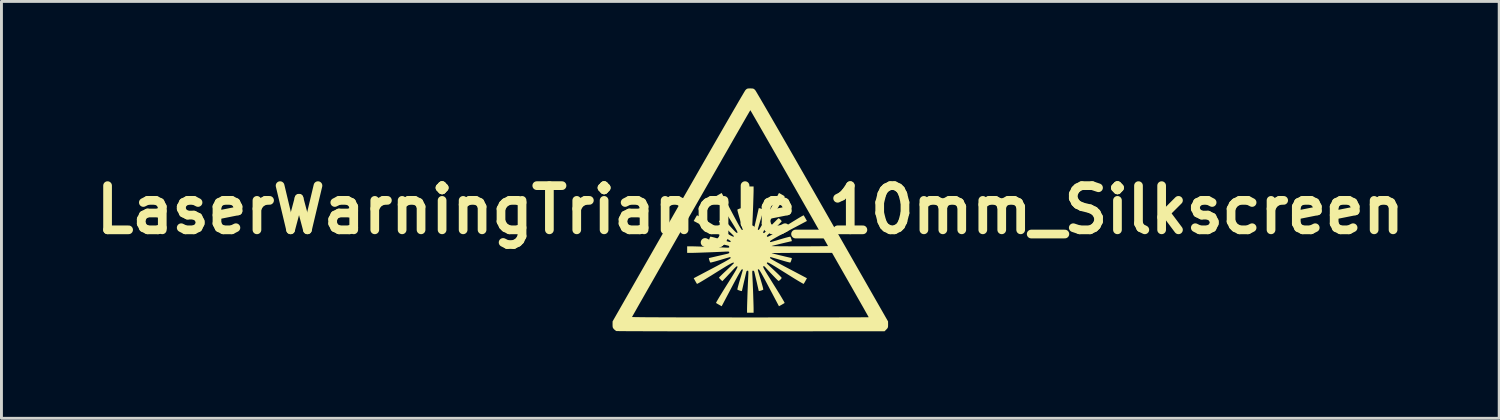
<source format=kicad_pcb>
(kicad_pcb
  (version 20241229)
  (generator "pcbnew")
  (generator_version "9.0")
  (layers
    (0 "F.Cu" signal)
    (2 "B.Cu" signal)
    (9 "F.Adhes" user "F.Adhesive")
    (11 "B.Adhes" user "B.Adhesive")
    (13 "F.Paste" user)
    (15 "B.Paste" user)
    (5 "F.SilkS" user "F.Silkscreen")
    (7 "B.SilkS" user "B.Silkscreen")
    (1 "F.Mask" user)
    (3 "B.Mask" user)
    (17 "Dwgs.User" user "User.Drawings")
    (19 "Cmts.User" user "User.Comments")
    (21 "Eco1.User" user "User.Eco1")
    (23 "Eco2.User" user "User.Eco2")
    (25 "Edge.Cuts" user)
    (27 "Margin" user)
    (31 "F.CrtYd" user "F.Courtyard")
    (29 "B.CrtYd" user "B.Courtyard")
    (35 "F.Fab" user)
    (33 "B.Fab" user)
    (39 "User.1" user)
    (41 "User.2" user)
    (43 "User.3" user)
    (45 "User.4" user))
  (footprint "LaserWarningTriangle_10mm_Silkscreen"
    (layer "F.Cu")
    (at 22.831 4.188)
    (property "Reference" "LaserWarningTriangle_10mm_Silkscreen" (at 0 0 0) (layer "F.SilkS") (effects (font (size 1.524 1.524) (thickness 0.3))))
    (attr exclude_from_pos_files exclude_from_bom)
    (fp_poly (pts (xy 0.06 -4.187) (xy 0.099 -4.181) (xy 0.128 -4.167) (xy 0.156 -4.142) (xy 0.167 -4.131) (xy 0.18 -4.112) (xy 0.208 -4.067) (xy 0.25 -3.995) (xy 0.307 -3.899) (xy 0.378 -3.778) (xy 0.461 -3.636) (xy 0.557 -3.471) (xy 0.664 -3.286) (xy 0.782 -3.082) (xy 0.911 -2.859) (xy 1.049 -2.619) (xy 1.197 -2.363) (xy 1.353 -2.091) (xy 1.517 -1.806) (xy 1.688 -1.507) (xy 1.866 -1.197) (xy 2.05 -0.875) (xy 2.24 -0.544) (xy 2.434 -0.204) (xy 2.486 -0.113) (xy 4.751 3.849) (xy 4.752 3.957) (xy 4.751 4.017) (xy 4.745 4.055) (xy 4.73 4.085) (xy 4.702 4.116) (xy 4.692 4.127) (xy 4.631 4.188) (xy 0.02 4.191) (xy -0.364 4.191) (xy -0.74 4.191) (xy -1.106 4.191) (xy -1.461 4.191) (xy -1.805 4.191) (xy -2.134 4.191) (xy -2.45 4.19) (xy -2.749 4.19) (xy -3.031 4.189) (xy -3.294 4.189) (xy -3.537 4.188) (xy -3.76 4.187) (xy -3.96 4.187) (xy -4.136 4.186) (xy -4.287 4.185) (xy -4.412 4.184) (xy -4.509 4.183) (xy -4.577 4.182) (xy -4.615 4.181) (xy -4.623 4.18) (xy -4.655 4.16) (xy -4.693 4.127) (xy -4.704 4.116) (xy -4.73 4.085) (xy -4.745 4.055) (xy -4.751 4.014) (xy -4.752 3.957) (xy -4.751 3.849) (xy -4.664 3.696) (xy -4.08 3.696) (xy -4.065 3.698) (xy -4.017 3.699) (xy -3.939 3.701) (xy -3.83 3.702) (xy -3.691 3.704) (xy -3.522 3.705) (xy -3.324 3.706) (xy -3.097 3.707) (xy -2.843 3.708) (xy -2.561 3.709) (xy -2.252 3.71) (xy -1.916 3.71) (xy -1.554 3.711) (xy -1.168 3.711) (xy -0.756 3.711) (xy -0.32 3.712) (xy -0.001 3.712) (xy 0.359 3.712) (xy 0.712 3.711) (xy 1.054 3.711) (xy 1.385 3.711) (xy 1.704 3.711) (xy 2.008 3.711) (xy 2.297 3.71) (xy 2.57 3.71) (xy 2.824 3.709) (xy 3.059 3.709) (xy 3.274 3.708) (xy 3.466 3.708) (xy 3.635 3.707) (xy 3.779 3.707) (xy 3.896 3.706) (xy 3.987 3.705) (xy 4.048 3.705) (xy 4.079 3.704) (xy 4.083 3.703) (xy 4.075 3.689) (xy 4.052 3.648) (xy 4.016 3.583) (xy 3.967 3.497) (xy 3.908 3.391) (xy 3.838 3.268) (xy 3.759 3.13) (xy 3.673 2.979) (xy 3.58 2.816) (xy 3.483 2.645) (xy 3.451 2.59) (xy 2.82 1.485) (xy 1.77 1.485) (xy 1.59 1.485) (xy 1.419 1.485) (xy 1.262 1.486) (xy 1.119 1.487) (xy 0.995 1.488) (xy 0.892 1.489) (xy 0.811 1.49) (xy 0.757 1.492) (xy 0.732 1.493) (xy 0.73 1.494) (xy 0.746 1.499) (xy 0.789 1.51) (xy 0.852 1.526) (xy 0.929 1.545) (xy 1.017 1.567) (xy 1.107 1.588) (xy 1.197 1.61) (xy 1.279 1.629) (xy 1.348 1.645) (xy 1.399 1.656) (xy 1.426 1.662) (xy 1.429 1.662) (xy 1.43 1.675) (xy 1.423 1.708) (xy 1.411 1.749) (xy 1.396 1.787) (xy 1.383 1.813) (xy 1.379 1.818) (xy 1.358 1.816) (xy 1.312 1.805) (xy 1.244 1.788) (xy 1.16 1.764) (xy 1.065 1.736) (xy 1.036 1.728) (xy 0.938 1.698) (xy 0.851 1.673) (xy 0.779 1.652) (xy 0.726 1.637) (xy 0.698 1.63) (xy 0.695 1.63) (xy 0.681 1.643) (xy 0.678 1.658) (xy 0.687 1.67) (xy 0.714 1.69) (xy 0.761 1.72) (xy 0.829 1.76) (xy 0.92 1.811) (xy 1.036 1.874) (xy 1.177 1.95) (xy 1.316 2.023) (xy 1.953 2.359) (xy 1.902 2.45) (xy 1.874 2.5) (xy 1.851 2.537) (xy 1.84 2.554) (xy 1.824 2.549) (xy 1.784 2.527) (xy 1.723 2.492) (xy 1.642 2.444) (xy 1.546 2.386) (xy 1.436 2.318) (xy 1.316 2.243) (xy 1.217 2.181) (xy 1.069 2.089) (xy 0.947 2.012) (xy 0.847 1.95) (xy 0.767 1.902) (xy 0.705 1.865) (xy 0.658 1.84) (xy 0.625 1.824) (xy 0.602 1.816) (xy 0.588 1.815) (xy 0.581 1.818) (xy 0.568 1.836) (xy 0.576 1.855) (xy 0.598 1.877) (xy 0.622 1.9) (xy 0.665 1.941) (xy 0.723 1.995) (xy 0.791 2.058) (xy 0.859 2.122) (xy 0.929 2.188) (xy 0.99 2.247) (xy 1.038 2.296) (xy 1.07 2.33) (xy 1.081 2.347) (xy 1.081 2.347) (xy 1.07 2.371) (xy 1.042 2.403) (xy 1.009 2.433) (xy 0.981 2.451) (xy 0.974 2.453) (xy 0.959 2.442) (xy 0.925 2.411) (xy 0.878 2.364) (xy 0.82 2.304) (xy 0.755 2.237) (xy 0.687 2.166) (xy 0.62 2.094) (xy 0.557 2.026) (xy 0.521 1.985) (xy 0.489 1.952) (xy 0.467 1.941) (xy 0.448 1.949) (xy 0.447 1.95) (xy 0.443 1.958) (xy 0.445 1.972) (xy 0.454 1.995) (xy 0.47 2.03) (xy 0.497 2.078) (xy 0.535 2.142) (xy 0.584 2.224) (xy 0.648 2.326) (xy 0.726 2.452) (xy 0.809 2.585) (xy 0.889 2.712) (xy 0.962 2.831) (xy 1.028 2.938) (xy 1.084 3.032) (xy 1.129 3.109) (xy 1.162 3.166) (xy 1.18 3.202) (xy 1.183 3.212) (xy 1.163 3.226) (xy 1.123 3.249) (xy 1.079 3.275) (xy 0.988 3.325) (xy 0.651 2.688) (xy 0.564 2.523) (xy 0.491 2.386) (xy 0.43 2.275) (xy 0.381 2.188) (xy 0.343 2.123) (xy 0.315 2.08) (xy 0.296 2.056) (xy 0.286 2.05) (xy 0.263 2.058) (xy 0.258 2.067) (xy 0.263 2.087) (xy 0.275 2.134) (xy 0.295 2.201) (xy 0.319 2.284) (xy 0.348 2.379) (xy 0.356 2.407) (xy 0.385 2.505) (xy 0.41 2.592) (xy 0.43 2.665) (xy 0.442 2.718) (xy 0.447 2.747) (xy 0.447 2.75) (xy 0.431 2.761) (xy 0.397 2.776) (xy 0.355 2.789) (xy 0.318 2.798) (xy 0.294 2.8) (xy 0.29 2.798) (xy 0.287 2.781) (xy 0.277 2.737) (xy 0.262 2.672) (xy 0.243 2.59) (xy 0.222 2.496) (xy 0.218 2.481) (xy 0.195 2.383) (xy 0.174 2.294) (xy 0.157 2.22) (xy 0.144 2.165) (xy 0.137 2.135) (xy 0.137 2.134) (xy 0.117 2.104) (xy 0.096 2.098) (xy 0.082 2.099) (xy 0.073 2.107) (xy 0.068 2.127) (xy 0.067 2.165) (xy 0.069 2.225) (xy 0.072 2.287) (xy 0.077 2.396) (xy 0.083 2.519) (xy 0.088 2.652) (xy 0.094 2.79) (xy 0.099 2.927) (xy 0.103 3.059) (xy 0.107 3.179) (xy 0.11 3.283) (xy 0.112 3.366) (xy 0.113 3.422) (xy 0.113 3.55) (xy -0.113 3.55) (xy -0.113 3.423) (xy -0.112 3.368) (xy -0.11 3.286) (xy -0.107 3.183) (xy -0.103 3.063) (xy -0.099 2.932) (xy -0.094 2.794) (xy -0.088 2.656) (xy -0.083 2.523) (xy -0.077 2.399) (xy -0.072 2.291) (xy -0.072 2.287) (xy -0.068 2.207) (xy -0.067 2.153) (xy -0.069 2.121) (xy -0.075 2.104) (xy -0.085 2.099) (xy -0.096 2.098) (xy -0.126 2.112) (xy -0.137 2.134) (xy -0.153 2.203) (xy -0.172 2.286) (xy -0.193 2.376) (xy -0.215 2.47) (xy -0.236 2.561) (xy -0.255 2.645) (xy -0.271 2.715) (xy -0.283 2.767) (xy -0.29 2.796) (xy -0.29 2.8) (xy -0.304 2.802) (xy -0.336 2.795) (xy -0.377 2.782) (xy -0.416 2.768) (xy -0.442 2.755) (xy -0.447 2.75) (xy -0.445 2.729) (xy -0.434 2.682) (xy -0.416 2.614) (xy -0.393 2.53) (xy -0.365 2.435) (xy -0.356 2.407) (xy -0.327 2.31) (xy -0.301 2.223) (xy -0.28 2.15) (xy -0.265 2.098) (xy -0.259 2.07) (xy -0.258 2.067) (xy -0.271 2.052) (xy -0.286 2.05) (xy -0.298 2.058) (xy -0.319 2.085) (xy -0.348 2.132) (xy -0.388 2.201) (xy -0.439 2.292) (xy -0.502 2.407) (xy -0.578 2.549) (xy -0.651 2.687) (xy -0.988 3.325) (xy -1.079 3.274) (xy -1.128 3.246) (xy -1.166 3.223) (xy -1.183 3.211) (xy -1.177 3.196) (xy -1.156 3.156) (xy -1.12 3.094) (xy -1.073 3.014) (xy -1.014 2.917) (xy -0.947 2.807) (xy -0.872 2.687) (xy -0.81 2.588) (xy -0.717 2.441) (xy -0.64 2.318) (xy -0.578 2.217) (xy -0.529 2.137) (xy -0.493 2.075) (xy -0.468 2.028) (xy -0.452 1.995) (xy -0.444 1.973) (xy -0.443 1.959) (xy -0.446 1.953) (xy -0.457 1.947) (xy -0.474 1.951) (xy -0.499 1.97) (xy -0.536 2.006) (xy -0.59 2.062) (xy -0.617 2.091) (xy -0.683 2.162) (xy -0.753 2.236) (xy -0.817 2.305) (xy -0.866 2.356) (xy -0.966 2.461) (xy -1.024 2.405) (xy -1.057 2.371) (xy -1.078 2.346) (xy -1.081 2.339) (xy -1.07 2.325) (xy -1.038 2.292) (xy -0.99 2.245) (xy -0.928 2.185) (xy -0.855 2.117) (xy -0.823 2.088) (xy -0.748 2.017) (xy -0.681 1.953) (xy -0.626 1.9) (xy -0.587 1.861) (xy -0.567 1.839) (xy -0.565 1.835) (xy -0.568 1.823) (xy -0.58 1.819) (xy -0.603 1.823) (xy -0.638 1.837) (xy -0.689 1.863) (xy -0.756 1.9) (xy -0.842 1.951) (xy -0.949 2.017) (xy -1.079 2.097) (xy -1.221 2.186) (xy -1.347 2.265) (xy -1.465 2.337) (xy -1.571 2.402) (xy -1.664 2.458) (xy -1.74 2.503) (xy -1.796 2.534) (xy -1.831 2.552) (xy -1.84 2.554) (xy -1.853 2.535) (xy -1.876 2.495) (xy -1.902 2.45) (xy -1.953 2.359) (xy -1.316 2.023) (xy -1.151 1.936) (xy -1.015 1.862) (xy -0.903 1.802) (xy -0.816 1.753) (xy -0.752 1.715) (xy -0.708 1.687) (xy -0.684 1.668) (xy -0.678 1.658) (xy -0.686 1.634) (xy -0.695 1.63) (xy -0.715 1.634) (xy -0.761 1.647) (xy -0.828 1.666) (xy -0.912 1.691) (xy -1.007 1.72) (xy -1.035 1.728) (xy -1.132 1.757) (xy -1.22 1.782) (xy -1.293 1.801) (xy -1.346 1.814) (xy -1.375 1.819) (xy -1.377 1.819) (xy -1.389 1.802) (xy -1.404 1.768) (xy -1.417 1.727) (xy -1.427 1.689) (xy -1.429 1.665) (xy -1.426 1.662) (xy -1.409 1.659) (xy -1.366 1.649) (xy -1.301 1.634) (xy -1.219 1.615) (xy -1.125 1.593) (xy -1.109 1.59) (xy -1.012 1.567) (xy -0.922 1.546) (xy -0.848 1.529) (xy -0.793 1.516) (xy -0.764 1.509) (xy -0.762 1.509) (xy -0.732 1.489) (xy -0.726 1.467) (xy -0.728 1.453) (xy -0.736 1.444) (xy -0.756 1.44) (xy -0.793 1.439) (xy -0.853 1.441) (xy -0.916 1.444) (xy -1.024 1.449) (xy -1.147 1.454) (xy -1.28 1.46) (xy -1.418 1.465) (xy -1.556 1.47) (xy -1.687 1.475) (xy -1.808 1.479) (xy -1.912 1.482) (xy -1.994 1.484) (xy -2.05 1.485) (xy -2.051 1.485) (xy -2.179 1.485) (xy -2.179 1.259) (xy -2.051 1.259) (xy -1.996 1.259) (xy -1.915 1.261) (xy -1.811 1.264) (xy -1.691 1.268) (xy -1.56 1.273) (xy -1.423 1.278) (xy -1.285 1.283) (xy -1.151 1.289) (xy -1.028 1.294) (xy -0.919 1.299) (xy -0.916 1.3) (xy -0.835 1.303) (xy -0.781 1.305) (xy -0.749 1.303) (xy -0.733 1.297) (xy -0.727 1.287) (xy -0.726 1.276) (xy -0.74 1.245) (xy -0.762 1.235) (xy -0.789 1.229) (xy -0.842 1.216) (xy -0.914 1.199) (xy -1.002 1.179) (xy -1.1 1.156) (xy -1.109 1.154) (xy -1.205 1.132) (xy -1.289 1.112) (xy -1.357 1.096) (xy -1.404 1.086) (xy -1.425 1.081) (xy -1.426 1.081) (xy -1.429 1.068) (xy -1.423 1.036) (xy -1.411 0.995) (xy -1.396 0.956) (xy -1.383 0.93) (xy -1.377 0.925) (xy -1.357 0.927) (xy -1.31 0.938) (xy -1.242 0.955) (xy -1.158 0.979) (xy -1.063 1.007) (xy -1.035 1.015) (xy -0.937 1.045) (xy -0.85 1.071) (xy -0.778 1.091) (xy -0.726 1.106) (xy -0.698 1.113) (xy -0.695 1.113) (xy -0.68 1.1) (xy -0.678 1.085) (xy -0.686 1.073) (xy -0.713 1.053) (xy -0.759 1.024) (xy -0.827 0.985) (xy -0.917 0.934) (xy -1.031 0.872) (xy -1.172 0.797) (xy -1.316 0.721) (xy -1.953 0.384) (xy -1.902 0.293) (xy -1.874 0.244) (xy -1.851 0.206) (xy -1.84 0.189) (xy -1.824 0.194) (xy -1.784 0.216) (xy -1.722 0.251) (xy -1.642 0.298) (xy -1.545 0.357) (xy -1.435 0.424) (xy -1.315 0.498) (xy -1.22 0.557) (xy -1.067 0.653) (xy -0.939 0.733) (xy -0.834 0.797) (xy -0.749 0.846) (xy -0.684 0.883) (xy -0.635 0.907) (xy -0.6 0.921) (xy -0.579 0.925) (xy -0.568 0.92) (xy -0.565 0.908) (xy -0.576 0.894) (xy -0.608 0.861) (xy -0.657 0.813) (xy -0.719 0.754) (xy -0.791 0.686) (xy -0.823 0.656) (xy -0.899 0.585) (xy -0.965 0.522) (xy -1.02 0.469) (xy -1.059 0.43) (xy -1.079 0.408) (xy -1.081 0.405) (xy -1.071 0.388) (xy -1.043 0.358) (xy -1.024 0.338) (xy -0.966 0.282) (xy -0.866 0.387) (xy -0.815 0.441) (xy -0.75 0.51) (xy -0.68 0.585) (xy -0.617 0.653) (xy -0.556 0.718) (xy -0.512 0.761) (xy -0.483 0.786) (xy -0.463 0.796) (xy -0.45 0.794) (xy -0.446 0.79) (xy -0.443 0.781) (xy -0.445 0.765) (xy -0.456 0.739) (xy -0.474 0.702) (xy -0.503 0.651) (xy -0.543 0.584) (xy -0.596 0.497) (xy -0.662 0.39) (xy -0.744 0.26) (xy -0.81 0.155) (xy -0.889 0.028) (xy -0.963 -0.09) (xy -1.028 -0.197) (xy -1.084 -0.29) (xy -1.13 -0.367) (xy -1.162 -0.423) (xy -1.18 -0.458) (xy -1.183 -0.468) (xy -1.163 -0.481) (xy -1.124 -0.505) (xy -1.079 -0.53) (xy -0.988 -0.581) (xy -0.651 0.056) (xy -0.564 0.22) (xy -0.49 0.358) (xy -0.43 0.469) (xy -0.381 0.556) (xy -0.342 0.621) (xy -0.314 0.664) (xy -0.296 0.688) (xy -0.286 0.694) (xy -0.263 0.686) (xy -0.258 0.676) (xy -0.263 0.656) (xy -0.275 0.61) (xy -0.295 0.543) (xy -0.319 0.459) (xy -0.348 0.364) (xy -0.356 0.336) (xy -0.385 0.239) (xy -0.41 0.151) (xy -0.43 0.078) (xy -0.442 0.025) (xy -0.447 -0.003) (xy -0.447 -0.006) (xy -0.431 -0.017) (xy -0.397 -0.032) (xy -0.356 -0.046) (xy -0.318 -0.056) (xy -0.294 -0.059) (xy -0.29 -0.056) (xy -0.287 -0.04) (xy -0.278 0.001) (xy -0.263 0.064) (xy -0.245 0.142) (xy -0.225 0.231) (xy -0.203 0.324) (xy -0.182 0.417) (xy -0.162 0.504) (xy -0.144 0.579) (xy -0.137 0.609) (xy -0.117 0.64) (xy -0.096 0.645) (xy -0.082 0.644) (xy -0.073 0.636) (xy -0.068 0.616) (xy -0.067 0.578) (xy -0.069 0.518) (xy -0.072 0.456) (xy -0.077 0.348) (xy -0.083 0.224) (xy -0.088 0.091) (xy -0.094 -0.047) (xy -0.099 -0.184) (xy -0.103 -0.316) (xy -0.107 -0.436) (xy -0.11 -0.54) (xy -0.112 -0.623) (xy -0.113 -0.678) (xy -0.113 -0.68) (xy -0.113 -0.807) (xy 0.113 -0.807) (xy 0.113 -0.68) (xy 0.112 -0.625) (xy 0.11 -0.543) (xy 0.107 -0.44) (xy 0.103 -0.32) (xy 0.099 -0.188) (xy 0.094 -0.051) (xy 0.088 0.087) (xy 0.083 0.22) (xy 0.077 0.344) (xy 0.072 0.453) (xy 0.072 0.456) (xy 0.068 0.536) (xy 0.067 0.59) (xy 0.069 0.623) (xy 0.075 0.639) (xy 0.085 0.645) (xy 0.096 0.645) (xy 0.126 0.631) (xy 0.137 0.609) (xy 0.153 0.54) (xy 0.172 0.458) (xy 0.193 0.367) (xy 0.215 0.273) (xy 0.236 0.182) (xy 0.255 0.099) (xy 0.271 0.028) (xy 0.283 -0.024) (xy 0.29 -0.053) (xy 0.29 -0.056) (xy 0.304 -0.058) (xy 0.336 -0.051) (xy 0.377 -0.039) (xy 0.416 -0.024) (xy 0.442 -0.011) (xy 0.447 -0.006) (xy 0.445 0.015) (xy 0.434 0.061) (xy 0.416 0.129) (xy 0.393 0.213) (xy 0.365 0.308) (xy 0.356 0.336) (xy 0.327 0.433) (xy 0.301 0.521) (xy 0.28 0.593) (xy 0.265 0.645) (xy 0.259 0.673) (xy 0.258 0.676) (xy 0.271 0.691) (xy 0.286 0.694) (xy 0.298 0.685) (xy 0.319 0.658) (xy 0.348 0.611) (xy 0.388 0.543) (xy 0.439 0.452) (xy 0.502 0.336) (xy 0.578 0.194) (xy 0.651 0.056) (xy 0.988 -0.582) (xy 1.079 -0.531) (xy 1.128 -0.503) (xy 1.166 -0.48) (xy 1.183 -0.469) (xy 1.177 -0.453) (xy 1.156 -0.413) (xy 1.121 -0.351) (xy 1.073 -0.27) (xy 1.015 -0.173) (xy 0.947 -0.063) (xy 0.873 0.057) (xy 0.809 0.158) (xy 0.717 0.306) (xy 0.64 0.429) (xy 0.578 0.529) (xy 0.53 0.609) (xy 0.494 0.671) (xy 0.468 0.718) (xy 0.452 0.751) (xy 0.444 0.773) (xy 0.443 0.787) (xy 0.447 0.794) (xy 0.466 0.802) (xy 0.487 0.792) (xy 0.519 0.76) (xy 0.521 0.758) (xy 0.579 0.694) (xy 0.643 0.624) (xy 0.711 0.552) (xy 0.778 0.481) (xy 0.841 0.417) (xy 0.896 0.361) (xy 0.939 0.32) (xy 0.966 0.295) (xy 0.974 0.29) (xy 0.998 0.302) (xy 1.03 0.329) (xy 1.061 0.361) (xy 1.079 0.389) (xy 1.081 0.396) (xy 1.07 0.412) (xy 1.038 0.447) (xy 0.991 0.496) (xy 0.93 0.555) (xy 0.86 0.621) (xy 0.859 0.622) (xy 0.786 0.69) (xy 0.719 0.753) (xy 0.662 0.806) (xy 0.62 0.845) (xy 0.598 0.866) (xy 0.572 0.893) (xy 0.57 0.911) (xy 0.581 0.926) (xy 0.59 0.929) (xy 0.606 0.927) (xy 0.63 0.917) (xy 0.665 0.9) (xy 0.714 0.873) (xy 0.779 0.834) (xy 0.863 0.784) (xy 0.967 0.719) (xy 1.093 0.64) (xy 1.217 0.562) (xy 1.343 0.483) (xy 1.462 0.409) (xy 1.569 0.344) (xy 1.662 0.287) (xy 1.738 0.242) (xy 1.795 0.21) (xy 1.83 0.192) (xy 1.84 0.189) (xy 1.853 0.209) (xy 1.876 0.248) (xy 1.902 0.293) (xy 1.953 0.384) (xy 1.316 0.721) (xy 1.151 0.808) (xy 1.014 0.881) (xy 0.903 0.942) (xy 0.816 0.991) (xy 0.751 1.029) (xy 0.708 1.057) (xy 0.684 1.076) (xy 0.678 1.085) (xy 0.686 1.109) (xy 0.695 1.113) (xy 0.715 1.109) (xy 0.761 1.096) (xy 0.828 1.077) (xy 0.912 1.053) (xy 1.007 1.024) (xy 1.036 1.016) (xy 1.134 0.987) (xy 1.221 0.962) (xy 1.294 0.943) (xy 1.347 0.93) (xy 1.376 0.925) (xy 1.379 0.925) (xy 1.389 0.941) (xy 1.404 0.975) (xy 1.417 1.016) (xy 1.428 1.054) (xy 1.431 1.078) (xy 1.429 1.081) (xy 1.409 1.085) (xy 1.363 1.095) (xy 1.298 1.11) (xy 1.219 1.128) (xy 1.132 1.149) (xy 1.041 1.171) (xy 0.952 1.193) (xy 0.871 1.212) (xy 0.804 1.229) (xy 0.755 1.242) (xy 0.731 1.249) (xy 0.73 1.25) (xy 0.744 1.251) (xy 0.787 1.253) (xy 0.858 1.254) (xy 0.952 1.255) (xy 1.068 1.257) (xy 1.202 1.257) (xy 1.352 1.258) (xy 1.516 1.259) (xy 1.689 1.259) (xy 1.7 1.259) (xy 1.874 1.259) (xy 2.039 1.258) (xy 2.191 1.257) (xy 2.327 1.256) (xy 2.445 1.255) (xy 2.542 1.254) (xy 2.615 1.252) (xy 2.662 1.251) (xy 2.679 1.249) (xy 2.679 1.249) (xy 2.671 1.233) (xy 2.648 1.192) (xy 2.611 1.126) (xy 2.561 1.038) (xy 2.499 0.929) (xy 2.427 0.8) (xy 2.344 0.655) (xy 2.252 0.493) (xy 2.153 0.318) (xy 2.046 0.131) (xy 1.933 -0.066) (xy 1.816 -0.271) (xy 1.695 -0.484) (xy 1.571 -0.701) (xy 1.445 -0.922) (xy 1.318 -1.143) (xy 1.191 -1.365) (xy 1.066 -1.584) (xy 0.943 -1.799) (xy 0.823 -2.009) (xy 0.707 -2.211) (xy 0.596 -2.404) (xy 0.492 -2.586) (xy 0.395 -2.755) (xy 0.306 -2.91) (xy 0.226 -3.048) (xy 0.157 -3.168) (xy 0.099 -3.268) (xy 0.054 -3.347) (xy 0.021 -3.402) (xy 0.003 -3.432) (xy 0 -3.437) (xy -0.008 -3.423) (xy -0.032 -3.383) (xy -0.07 -3.317) (xy -0.122 -3.228) (xy -0.186 -3.116) (xy -0.262 -2.984) (xy -0.349 -2.832) (xy -0.447 -2.662) (xy -0.554 -2.476) (xy -0.669 -2.275) (xy -0.792 -2.059) (xy -0.923 -1.832) (xy -1.059 -1.594) (xy -1.201 -1.346) (xy -1.347 -1.091) (xy -1.497 -0.829) (xy -1.65 -0.561) (xy -1.805 -0.291) (xy -1.961 -0.018) (xy -2.118 0.256) (xy -2.274 0.529) (xy -2.429 0.8) (xy -2.582 1.068) (xy -2.732 1.33) (xy -2.878 1.586) (xy -3.02 1.834) (xy -3.157 2.073) (xy -3.287 2.302) (xy -3.41 2.518) (xy -3.526 2.72) (xy -3.633 2.908) (xy -3.73 3.079) (xy -3.818 3.232) (xy -3.894 3.366) (xy -3.958 3.48) (xy -4.01 3.571) (xy -4.048 3.638) (xy -4.072 3.68) (xy -4.08 3.696) (xy -4.664 3.696) (xy -2.486 -0.113) (xy -2.291 -0.455) (xy -2.1 -0.788) (xy -1.914 -1.112) (xy -1.735 -1.426) (xy -1.561 -1.728) (xy -1.395 -2.017) (xy -1.237 -2.292) (xy -1.087 -2.552) (xy -0.946 -2.797) (xy -0.815 -3.024) (xy -0.694 -3.234) (xy -0.584 -3.424) (xy -0.485 -3.594) (xy -0.399 -3.743) (xy -0.325 -3.869) (xy -0.264 -3.972) (xy -0.218 -4.05) (xy -0.186 -4.103) (xy -0.169 -4.129) (xy -0.167 -4.131) (xy -0.136 -4.161) (xy -0.109 -4.178) (xy -0.074 -4.186) (xy -0.022 -4.188) (xy 0 -4.188)) (stroke (width 0) (type solid)) (fill yes) (layer "F.SilkS")))
  (gr_rect
    (start -3 -3)
    (end 48.662 11.379)
    (stroke (width 0.1) (type default))
    (fill no)
    (layer "Edge.Cuts")))
</source>
